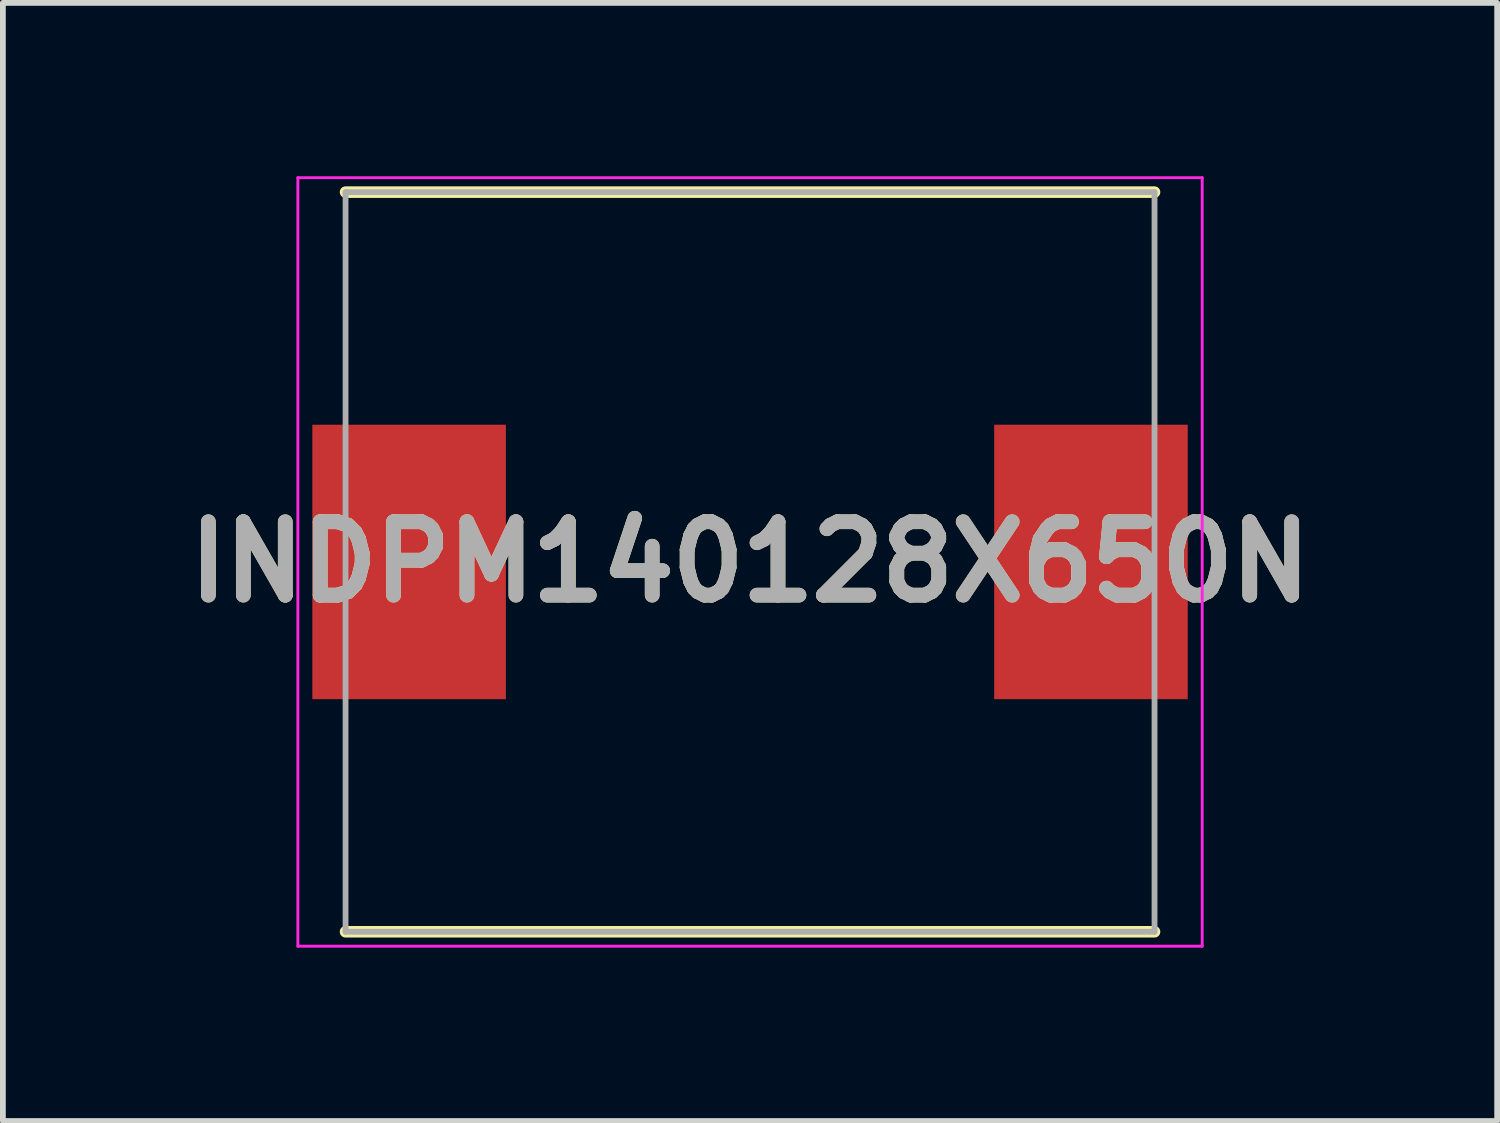
<source format=kicad_pcb>
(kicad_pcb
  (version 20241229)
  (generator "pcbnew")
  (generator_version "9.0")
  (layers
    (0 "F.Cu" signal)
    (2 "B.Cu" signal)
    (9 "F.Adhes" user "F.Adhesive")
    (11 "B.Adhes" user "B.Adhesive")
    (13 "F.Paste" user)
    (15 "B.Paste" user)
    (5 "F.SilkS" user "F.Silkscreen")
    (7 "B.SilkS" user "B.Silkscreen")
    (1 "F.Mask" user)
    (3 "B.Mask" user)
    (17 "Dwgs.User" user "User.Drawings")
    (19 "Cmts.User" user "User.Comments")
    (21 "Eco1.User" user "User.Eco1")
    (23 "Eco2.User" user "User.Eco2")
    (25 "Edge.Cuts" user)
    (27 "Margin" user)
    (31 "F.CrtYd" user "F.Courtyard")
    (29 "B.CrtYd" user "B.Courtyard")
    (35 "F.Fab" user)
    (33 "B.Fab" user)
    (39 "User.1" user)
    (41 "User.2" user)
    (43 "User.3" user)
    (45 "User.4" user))
  (footprint "INDPM140128X650N"
    (layer "F.Cu")
    (at 9.93 6.675)
    (property "Reference" "INDPM140128X650N" (at 0 0 0) (layer "F.SilkS") (effects (font (size 1.27 1.27) (thickness 0.254))))
    (attr smd)
    (fp_line (start -7 6.4) (end 7 6.4) (stroke (width 0.2) (type solid)) (layer "F.SilkS"))
    (fp_line (start 7 -6.4) (end -7 -6.4) (stroke (width 0.2) (type solid)) (layer "F.SilkS"))
    (fp_line (start -7.825 -6.65) (end 7.825 -6.65) (stroke (width 0.05) (type solid)) (layer "F.CrtYd"))
    (fp_line (start -7.825 6.65) (end -7.825 -6.65) (stroke (width 0.05) (type solid)) (layer "F.CrtYd"))
    (fp_line (start 7.825 -6.65) (end 7.825 6.65) (stroke (width 0.05) (type solid)) (layer "F.CrtYd"))
    (fp_line (start 7.825 6.65) (end -7.825 6.65) (stroke (width 0.05) (type solid)) (layer "F.CrtYd"))
    (fp_line (start -7 -6.4) (end 7 -6.4) (stroke (width 0.1) (type solid)) (layer "F.Fab"))
    (fp_line (start -7 6.4) (end -7 -6.4) (stroke (width 0.1) (type solid)) (layer "F.Fab"))
    (fp_line (start 7 -6.4) (end 7 6.4) (stroke (width 0.1) (type solid)) (layer "F.Fab"))
    (fp_line (start 7 6.4) (end -7 6.4) (stroke (width 0.1) (type solid)) (layer "F.Fab"))
    (fp_text user "${REFERENCE}" (at 0 0 0) (layer "F.Fab") (effects (font (size 1.27 1.27) (thickness 0.254))))
    (pad "1" smd rect (at -5.9 0) (size 3.35 4.75) (layers "F.Cu" "F.Mask" "F.Paste"))
    (pad "2" smd rect (at 5.9 0) (size 3.35 4.75) (layers "F.Cu" "F.Mask" "F.Paste")))
  (gr_rect
    (start -3 -3)
    (end 22.86 16.35)
    (stroke (width 0.1) (type default))
    (fill no)
    (layer "Edge.Cuts")))
</source>
